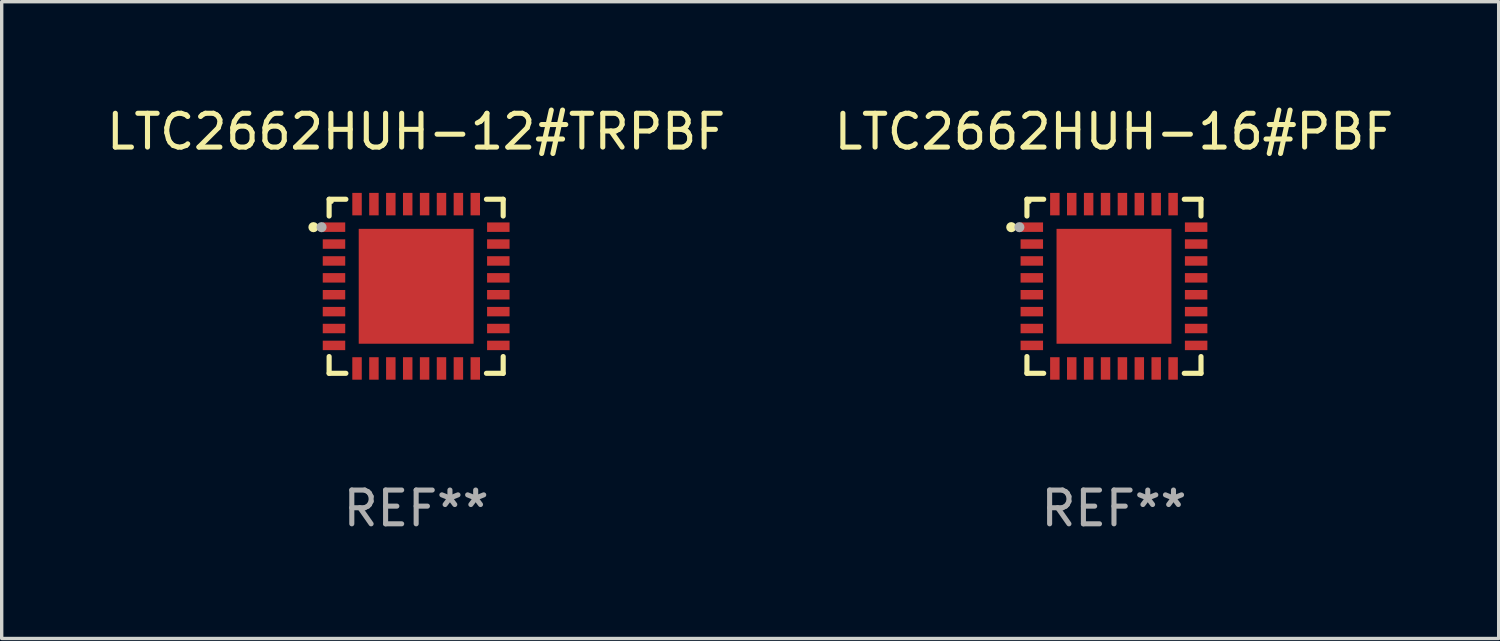
<source format=kicad_pcb>
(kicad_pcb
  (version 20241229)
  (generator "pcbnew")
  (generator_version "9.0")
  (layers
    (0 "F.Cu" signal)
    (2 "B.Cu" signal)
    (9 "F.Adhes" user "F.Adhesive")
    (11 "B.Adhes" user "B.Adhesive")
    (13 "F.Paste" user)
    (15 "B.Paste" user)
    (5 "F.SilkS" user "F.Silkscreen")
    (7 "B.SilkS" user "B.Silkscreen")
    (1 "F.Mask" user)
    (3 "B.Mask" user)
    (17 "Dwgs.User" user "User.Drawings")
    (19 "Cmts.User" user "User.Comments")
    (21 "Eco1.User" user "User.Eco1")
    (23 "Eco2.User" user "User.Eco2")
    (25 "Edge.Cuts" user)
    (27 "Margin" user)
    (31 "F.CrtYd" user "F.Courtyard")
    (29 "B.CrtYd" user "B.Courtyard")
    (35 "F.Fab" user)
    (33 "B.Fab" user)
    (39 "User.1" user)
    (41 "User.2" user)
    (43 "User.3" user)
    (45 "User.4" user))
  (footprint "LTC2662HUH-16#PBF"
    (layer "F.Cu")
    (at 29.923 5.424)
    (property "Reference" "LTC2662HUH-16#PBF" (at 0 -4.576 0) (layer "F.SilkS") (effects (font (size 1 1) (thickness 0.15))))
    (attr through_hole)
    (fp_line (start -2.576 -2.576) (end -2.576 -2.08) (stroke (width 0.152) (type solid)) (layer "F.SilkS"))
    (fp_line (start -2.576 2.576) (end -2.576 2.08) (stroke (width 0.152) (type solid)) (layer "F.SilkS"))
    (fp_line (start -2.08 -2.576) (end -2.576 -2.576) (stroke (width 0.152) (type solid)) (layer "F.SilkS"))
    (fp_line (start -2.08 2.576) (end -2.576 2.576) (stroke (width 0.152) (type solid)) (layer "F.SilkS"))
    (fp_line (start 2.08 -2.576) (end 2.576 -2.576) (stroke (width 0.152) (type solid)) (layer "F.SilkS"))
    (fp_line (start 2.08 2.576) (end 2.576 2.576) (stroke (width 0.152) (type solid)) (layer "F.SilkS"))
    (fp_line (start 2.576 -2.576) (end 2.576 -2.08) (stroke (width 0.152) (type solid)) (layer "F.SilkS"))
    (fp_line (start 2.576 2.576) (end 2.576 2.08) (stroke (width 0.152) (type solid)) (layer "F.SilkS"))
    (fp_circle (center -3.04 -1.75) (end -2.965 -1.75) (stroke (width 0.15) (type solid)) (fill no) (layer "F.SilkS"))
    (fp_circle (center -2.5 -2.5) (end -2.47 -2.5) (stroke (width 0.06) (type solid)) (fill no) (layer "F.SilkS"))
    (fp_circle (center -2.8 -1.75) (end -2.725 -1.75) (stroke (width 0.15) (type solid)) (fill no) (layer "F.Fab"))
    (fp_text user "REF**" (at 0 6.576 0) (layer "F.Fab") (effects (font (size 1 1) (thickness 0.15))))
    (pad "1" smd rect (at -2.432 -1.75) (size 0.665 0.28) (layers "F.Cu" "F.Mask" "F.Paste"))
    (pad "2" smd rect (at -2.432 -1.25) (size 0.665 0.28) (layers "F.Cu" "F.Mask" "F.Paste"))
    (pad "3" smd rect (at -2.432 -0.75) (size 0.665 0.28) (layers "F.Cu" "F.Mask" "F.Paste"))
    (pad "4" smd rect (at -2.432 -0.25) (size 0.665 0.28) (layers "F.Cu" "F.Mask" "F.Paste"))
    (pad "5" smd rect (at -2.432 0.25) (size 0.665 0.28) (layers "F.Cu" "F.Mask" "F.Paste"))
    (pad "6" smd rect (at -2.432 0.75) (size 0.665 0.28) (layers "F.Cu" "F.Mask" "F.Paste"))
    (pad "7" smd rect (at -2.432 1.25) (size 0.665 0.28) (layers "F.Cu" "F.Mask" "F.Paste"))
    (pad "8" smd rect (at -2.432 1.75) (size 0.665 0.28) (layers "F.Cu" "F.Mask" "F.Paste"))
    (pad "9" smd rect (at -1.75 2.432) (size 0.28 0.665) (layers "F.Cu" "F.Mask" "F.Paste"))
    (pad "10" smd rect (at -1.25 2.432) (size 0.28 0.665) (layers "F.Cu" "F.Mask" "F.Paste"))
    (pad "11" smd rect (at -0.75 2.432) (size 0.28 0.665) (layers "F.Cu" "F.Mask" "F.Paste"))
    (pad "12" smd rect (at -0.25 2.432) (size 0.28 0.665) (layers "F.Cu" "F.Mask" "F.Paste"))
    (pad "13" smd rect (at 0.25 2.432) (size 0.28 0.665) (layers "F.Cu" "F.Mask" "F.Paste"))
    (pad "14" smd rect (at 0.75 2.432) (size 0.28 0.665) (layers "F.Cu" "F.Mask" "F.Paste"))
    (pad "15" smd rect (at 1.25 2.432) (size 0.28 0.665) (layers "F.Cu" "F.Mask" "F.Paste"))
    (pad "16" smd rect (at 1.75 2.432) (size 0.28 0.665) (layers "F.Cu" "F.Mask" "F.Paste"))
    (pad "17" smd rect (at 2.432 1.75) (size 0.665 0.28) (layers "F.Cu" "F.Mask" "F.Paste"))
    (pad "18" smd rect (at 2.432 1.25) (size 0.665 0.28) (layers "F.Cu" "F.Mask" "F.Paste"))
    (pad "19" smd rect (at 2.432 0.75) (size 0.665 0.28) (layers "F.Cu" "F.Mask" "F.Paste"))
    (pad "20" smd rect (at 2.432 0.25) (size 0.665 0.28) (layers "F.Cu" "F.Mask" "F.Paste"))
    (pad "21" smd rect (at 2.432 -0.25) (size 0.665 0.28) (layers "F.Cu" "F.Mask" "F.Paste"))
    (pad "22" smd rect (at 2.432 -0.75) (size 0.665 0.28) (layers "F.Cu" "F.Mask" "F.Paste"))
    (pad "23" smd rect (at 2.432 -1.25) (size 0.665 0.28) (layers "F.Cu" "F.Mask" "F.Paste"))
    (pad "24" smd rect (at 2.432 -1.75) (size 0.665 0.28) (layers "F.Cu" "F.Mask" "F.Paste"))
    (pad "25" smd rect (at 1.75 -2.432) (size 0.28 0.665) (layers "F.Cu" "F.Mask" "F.Paste"))
    (pad "26" smd rect (at 1.25 -2.432) (size 0.28 0.665) (layers "F.Cu" "F.Mask" "F.Paste"))
    (pad "27" smd rect (at 0.75 -2.432) (size 0.28 0.665) (layers "F.Cu" "F.Mask" "F.Paste"))
    (pad "28" smd rect (at 0.25 -2.432) (size 0.28 0.665) (layers "F.Cu" "F.Mask" "F.Paste"))
    (pad "29" smd rect (at -0.25 -2.432) (size 0.28 0.665) (layers "F.Cu" "F.Mask" "F.Paste"))
    (pad "30" smd rect (at -0.75 -2.432) (size 0.28 0.665) (layers "F.Cu" "F.Mask" "F.Paste"))
    (pad "31" smd rect (at -1.25 -2.432) (size 0.28 0.665) (layers "F.Cu" "F.Mask" "F.Paste"))
    (pad "32" smd rect (at -1.75 -2.432) (size 0.28 0.665) (layers "F.Cu" "F.Mask" "F.Paste"))
    (pad "33" smd rect (at 0 0) (size 3.4 3.4) (layers "F.Cu" "F.Mask" "F.Paste")))
  (footprint "LTC2662HUH-12#TRPBF"
    (layer "F.Cu")
    (at 9.268 5.424)
    (property "Reference" "LTC2662HUH-12#TRPBF" (at 0 -4.576 0) (layer "F.SilkS") (effects (font (size 1 1) (thickness 0.15))))
    (attr through_hole)
    (fp_line (start -2.576 -2.576) (end -2.576 -2.08) (stroke (width 0.152) (type solid)) (layer "F.SilkS"))
    (fp_line (start -2.576 2.576) (end -2.576 2.08) (stroke (width 0.152) (type solid)) (layer "F.SilkS"))
    (fp_line (start -2.08 -2.576) (end -2.576 -2.576) (stroke (width 0.152) (type solid)) (layer "F.SilkS"))
    (fp_line (start -2.08 2.576) (end -2.576 2.576) (stroke (width 0.152) (type solid)) (layer "F.SilkS"))
    (fp_line (start 2.08 -2.576) (end 2.576 -2.576) (stroke (width 0.152) (type solid)) (layer "F.SilkS"))
    (fp_line (start 2.08 2.576) (end 2.576 2.576) (stroke (width 0.152) (type solid)) (layer "F.SilkS"))
    (fp_line (start 2.576 -2.576) (end 2.576 -2.08) (stroke (width 0.152) (type solid)) (layer "F.SilkS"))
    (fp_line (start 2.576 2.576) (end 2.576 2.08) (stroke (width 0.152) (type solid)) (layer "F.SilkS"))
    (fp_circle (center -3.04 -1.75) (end -2.965 -1.75) (stroke (width 0.15) (type solid)) (fill no) (layer "F.SilkS"))
    (fp_circle (center -2.5 -2.5) (end -2.47 -2.5) (stroke (width 0.06) (type solid)) (fill no) (layer "F.SilkS"))
    (fp_circle (center -2.8 -1.75) (end -2.725 -1.75) (stroke (width 0.15) (type solid)) (fill no) (layer "F.Fab"))
    (fp_text user "REF**" (at 0 6.576 0) (layer "F.Fab") (effects (font (size 1 1) (thickness 0.15))))
    (pad "1" smd rect (at -2.432 -1.75) (size 0.665 0.28) (layers "F.Cu" "F.Mask" "F.Paste"))
    (pad "2" smd rect (at -2.432 -1.25) (size 0.665 0.28) (layers "F.Cu" "F.Mask" "F.Paste"))
    (pad "3" smd rect (at -2.432 -0.75) (size 0.665 0.28) (layers "F.Cu" "F.Mask" "F.Paste"))
    (pad "4" smd rect (at -2.432 -0.25) (size 0.665 0.28) (layers "F.Cu" "F.Mask" "F.Paste"))
    (pad "5" smd rect (at -2.432 0.25) (size 0.665 0.28) (layers "F.Cu" "F.Mask" "F.Paste"))
    (pad "6" smd rect (at -2.432 0.75) (size 0.665 0.28) (layers "F.Cu" "F.Mask" "F.Paste"))
    (pad "7" smd rect (at -2.432 1.25) (size 0.665 0.28) (layers "F.Cu" "F.Mask" "F.Paste"))
    (pad "8" smd rect (at -2.432 1.75) (size 0.665 0.28) (layers "F.Cu" "F.Mask" "F.Paste"))
    (pad "9" smd rect (at -1.75 2.432) (size 0.28 0.665) (layers "F.Cu" "F.Mask" "F.Paste"))
    (pad "10" smd rect (at -1.25 2.432) (size 0.28 0.665) (layers "F.Cu" "F.Mask" "F.Paste"))
    (pad "11" smd rect (at -0.75 2.432) (size 0.28 0.665) (layers "F.Cu" "F.Mask" "F.Paste"))
    (pad "12" smd rect (at -0.25 2.432) (size 0.28 0.665) (layers "F.Cu" "F.Mask" "F.Paste"))
    (pad "13" smd rect (at 0.25 2.432) (size 0.28 0.665) (layers "F.Cu" "F.Mask" "F.Paste"))
    (pad "14" smd rect (at 0.75 2.432) (size 0.28 0.665) (layers "F.Cu" "F.Mask" "F.Paste"))
    (pad "15" smd rect (at 1.25 2.432) (size 0.28 0.665) (layers "F.Cu" "F.Mask" "F.Paste"))
    (pad "16" smd rect (at 1.75 2.432) (size 0.28 0.665) (layers "F.Cu" "F.Mask" "F.Paste"))
    (pad "17" smd rect (at 2.432 1.75) (size 0.665 0.28) (layers "F.Cu" "F.Mask" "F.Paste"))
    (pad "18" smd rect (at 2.432 1.25) (size 0.665 0.28) (layers "F.Cu" "F.Mask" "F.Paste"))
    (pad "19" smd rect (at 2.432 0.75) (size 0.665 0.28) (layers "F.Cu" "F.Mask" "F.Paste"))
    (pad "20" smd rect (at 2.432 0.25) (size 0.665 0.28) (layers "F.Cu" "F.Mask" "F.Paste"))
    (pad "21" smd rect (at 2.432 -0.25) (size 0.665 0.28) (layers "F.Cu" "F.Mask" "F.Paste"))
    (pad "22" smd rect (at 2.432 -0.75) (size 0.665 0.28) (layers "F.Cu" "F.Mask" "F.Paste"))
    (pad "23" smd rect (at 2.432 -1.25) (size 0.665 0.28) (layers "F.Cu" "F.Mask" "F.Paste"))
    (pad "24" smd rect (at 2.432 -1.75) (size 0.665 0.28) (layers "F.Cu" "F.Mask" "F.Paste"))
    (pad "25" smd rect (at 1.75 -2.432) (size 0.28 0.665) (layers "F.Cu" "F.Mask" "F.Paste"))
    (pad "26" smd rect (at 1.25 -2.432) (size 0.28 0.665) (layers "F.Cu" "F.Mask" "F.Paste"))
    (pad "27" smd rect (at 0.75 -2.432) (size 0.28 0.665) (layers "F.Cu" "F.Mask" "F.Paste"))
    (pad "28" smd rect (at 0.25 -2.432) (size 0.28 0.665) (layers "F.Cu" "F.Mask" "F.Paste"))
    (pad "29" smd rect (at -0.25 -2.432) (size 0.28 0.665) (layers "F.Cu" "F.Mask" "F.Paste"))
    (pad "30" smd rect (at -0.75 -2.432) (size 0.28 0.665) (layers "F.Cu" "F.Mask" "F.Paste"))
    (pad "31" smd rect (at -1.25 -2.432) (size 0.28 0.665) (layers "F.Cu" "F.Mask" "F.Paste"))
    (pad "32" smd rect (at -1.75 -2.432) (size 0.28 0.665) (layers "F.Cu" "F.Mask" "F.Paste"))
    (pad "33" smd rect (at 0 0) (size 3.4 3.4) (layers "F.Cu" "F.Mask" "F.Paste")))
  (gr_rect
    (start -3 -3)
    (end 41.31 15.849)
    (stroke (width 0.1) (type default))
    (fill no)
    (layer "Edge.Cuts")))
</source>
